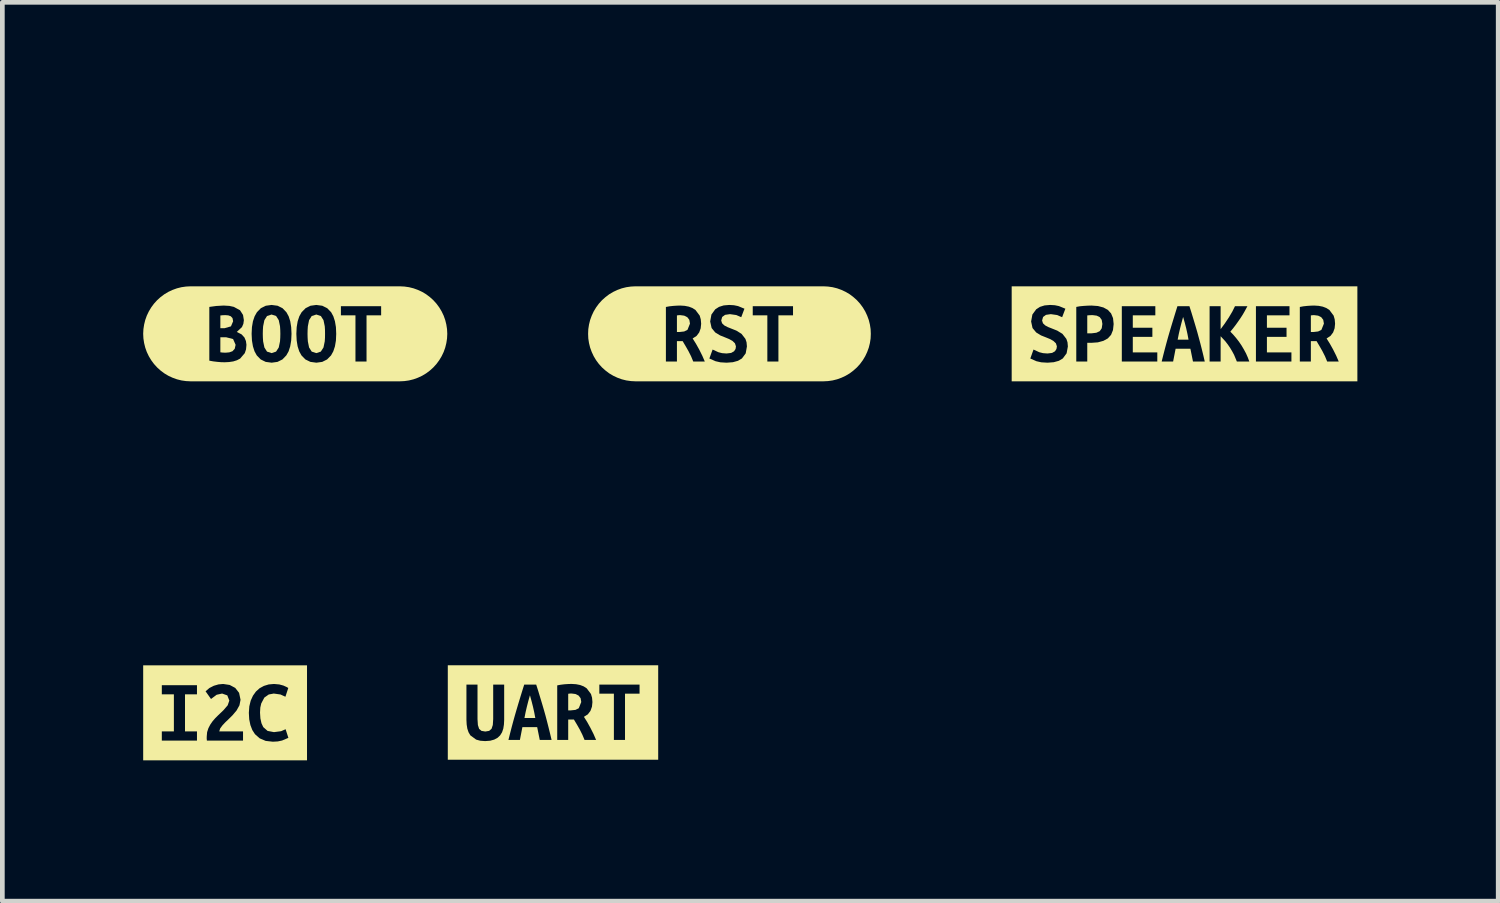
<source format=kicad_pcb>
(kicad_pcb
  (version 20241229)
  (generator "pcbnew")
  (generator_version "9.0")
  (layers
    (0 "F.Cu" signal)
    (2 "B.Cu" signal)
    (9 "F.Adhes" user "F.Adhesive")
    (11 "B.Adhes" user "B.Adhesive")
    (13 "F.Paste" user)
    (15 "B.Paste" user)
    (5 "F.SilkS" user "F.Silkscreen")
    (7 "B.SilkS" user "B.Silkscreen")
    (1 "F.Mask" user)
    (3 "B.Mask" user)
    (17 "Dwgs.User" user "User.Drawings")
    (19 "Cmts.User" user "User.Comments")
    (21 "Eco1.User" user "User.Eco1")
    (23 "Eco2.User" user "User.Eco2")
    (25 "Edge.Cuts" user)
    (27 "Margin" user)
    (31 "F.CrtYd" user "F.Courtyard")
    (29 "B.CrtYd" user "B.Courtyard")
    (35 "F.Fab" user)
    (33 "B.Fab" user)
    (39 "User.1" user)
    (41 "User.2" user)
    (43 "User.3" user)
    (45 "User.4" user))
  (footprint "kibuzzard-6456A845"
    (layer "F.Cu")
    (at 12.489 4.061)
    (property "Reference" "kibuzzard-6456A845" (at 0 -4.06 0) (layer "F.SilkS") (effects (font (size 0.001 0.001) (thickness 0.15))))
    (attr board_only exclude_from_pos_files exclude_from_bom)
    (fp_poly (pts (xy -0.841 -0.217) (xy -0.855 -0.298) (xy -0.898 -0.354) (xy -0.964 -0.387) (xy -1.049 -0.398) (xy -1.081 -0.397) (xy -1.119 -0.392) (xy -1.119 -0.038) (xy -1.068 -0.038) (xy -0.964 -0.05) (xy -0.894 -0.085) (xy -0.841 -0.217)) (stroke (width 0) (type solid)) (fill yes) (layer "F.SilkS"))
    (fp_poly (pts (xy -1.602 -1.012) (xy -1.999 -1.012) (xy -2.098 -1.007) (xy -2.197 -0.993) (xy -2.293 -0.969) (xy -2.387 -0.935) (xy -2.476 -0.893) (xy -2.562 -0.842) (xy -2.641 -0.782) (xy -2.715 -0.716) (xy -2.782 -0.642) (xy -2.841 -0.562) (xy -2.892 -0.477) (xy -2.934 -0.387) (xy -2.968 -0.294) (xy -2.992 -0.197) (xy -3.007 -0.099) (xy -3.011 0) (xy -3.007 0.099) (xy -2.992 0.197) (xy -2.968 0.294) (xy -2.934 0.387) (xy -2.892 0.477) (xy -2.841 0.562) (xy -2.782 0.642) (xy -2.715 0.716) (xy -2.641 0.782) (xy -2.562 0.842) (xy -2.476 0.893) (xy -2.387 0.935) (xy -2.293 0.969) (xy -2.197 0.993) (xy -2.098 1.007) (xy -1.999 1.012) (xy -1.602 1.012) (xy -0.525 1.012) (xy -0.525 0.591) (xy -0.771 0.591) (xy -0.818 0.478) (xy -0.872 0.371) (xy -0.933 0.264) (xy -0.997 0.156) (xy -1.119 0.156) (xy -1.119 0.591) (xy -1.354 0.591) (xy -1.354 -0.572) (xy -1.278 -0.586) (xy -1.195 -0.595) (xy -1.115 -0.6) (xy -1.049 -0.602) (xy -0.953 -0.596) (xy -0.866 -0.579) (xy -0.79 -0.55) (xy -0.725 -0.509) (xy -0.634 -0.388) (xy -0.611 -0.308) (xy -0.603 -0.215) (xy -0.613 -0.117) (xy -0.645 -0.029) (xy -0.701 0.045) (xy -0.784 0.099) (xy -0.715 0.209) (xy -0.645 0.334) (xy -0.579 0.466) (xy -0.525 0.591) (xy -0.525 1.012) (xy -0.062 1.012) (xy -0.062 0.615) (xy -0.194 0.607) (xy -0.296 0.584) (xy -0.428 0.526) (xy -0.359 0.335) (xy -0.236 0.392) (xy -0.157 0.412) (xy -0.062 0.419) (xy 0.036 0.407) (xy 0.098 0.372) (xy 0.13 0.323) (xy 0.138 0.267) (xy 0.117 0.202) (xy 0.064 0.151) (xy -0.009 0.111) (xy -0.089 0.078) (xy -0.199 0.034) (xy -0.303 -0.029) (xy -0.38 -0.123) (xy -0.411 -0.263) (xy -0.384 -0.411) (xy -0.303 -0.522) (xy -0.222 -0.574) (xy -0.123 -0.605) (xy -0.007 -0.615) (xy 0.095 -0.609) (xy 0.183 -0.591) (xy 0.319 -0.535) (xy 0.251 -0.354) (xy 0.145 -0.4) (xy 0.01 -0.419) (xy -0.093 -0.404) (xy -0.155 -0.359) (xy -0.176 -0.284) (xy -0.157 -0.224) (xy -0.109 -0.178) (xy -0.042 -0.143) (xy 0.031 -0.114) (xy 0.147 -0.068) (xy 0.257 0.001) (xy 0.34 0.108) (xy 0.364 0.18) (xy 0.372 0.269) (xy 0.346 0.416) (xy 0.265 0.525) (xy 0.181 0.575) (xy 0.072 0.605) (xy -0.062 0.615) (xy -0.062 1.012) (xy 1.043 1.012) (xy 1.043 0.591) (xy 0.807 0.591) (xy 0.807 -0.394) (xy 0.496 -0.394) (xy 0.496 -0.589) (xy 1.354 -0.589) (xy 1.354 -0.394) (xy 1.043 -0.394) (xy 1.043 0.591) (xy 1.043 1.012) (xy 1.602 1.012) (xy 1.999 1.012) (xy 2.098 1.007) (xy 2.197 0.993) (xy 2.293 0.969) (xy 2.387 0.935) (xy 2.476 0.893) (xy 2.562 0.842) (xy 2.641 0.782) (xy 2.715 0.716) (xy 2.782 0.642) (xy 2.841 0.562) (xy 2.892 0.477) (xy 2.934 0.387) (xy 2.968 0.294) (xy 2.992 0.197) (xy 3.007 0.099) (xy 3.011 0) (xy 3.007 -0.099) (xy 2.992 -0.197) (xy 2.968 -0.294) (xy 2.934 -0.387) (xy 2.892 -0.477) (xy 2.841 -0.562) (xy 2.782 -0.642) (xy 2.715 -0.716) (xy 2.641 -0.782) (xy 2.562 -0.842) (xy 2.476 -0.893) (xy 2.387 -0.935) (xy 2.293 -0.969) (xy 2.197 -0.993) (xy 2.098 -1.007) (xy 1.999 -1.012) (xy 1.602 -1.012) (xy -1.602 -1.012)) (stroke (width 0) (type solid)) (fill yes) (layer "F.SilkS")))
  (footprint "kibuzzard-6456C8A6"
    (layer "F.Cu")
    (at 22.183 4.061)
    (property "Reference" "kibuzzard-6456C8A6" (at 0 -4.06 0) (layer "F.SilkS") (effects (font (size 0.001 0.001) (thickness 0.15))))
    (attr board_only exclude_from_pos_files exclude_from_bom)
    (fp_poly (pts (xy -0.03 -0.36) (xy -0.065 -0.233) (xy -0.095 -0.115) (xy -0.122 0.002) (xy -0.146 0.124) (xy 0.085 0.124) (xy 0.062 0.002) (xy 0.036 -0.115) (xy 0.006 -0.233) (xy -0.03 -0.36)) (stroke (width 0) (type solid)) (fill yes) (layer "F.SilkS"))
    (fp_poly (pts (xy 2.969 -0.217) (xy 2.955 -0.298) (xy 2.912 -0.354) (xy 2.846 -0.387) (xy 2.761 -0.398) (xy 2.729 -0.397) (xy 2.691 -0.392) (xy 2.691 -0.038) (xy 2.742 -0.038) (xy 2.846 -0.05) (xy 2.916 -0.085) (xy 2.969 -0.217)) (stroke (width 0) (type solid)) (fill yes) (layer "F.SilkS"))
    (fp_poly (pts (xy -1.955 -0.398) (xy -2.014 -0.397) (xy -2.072 -0.392) (xy -2.072 -0.011) (xy -1.976 -0.011) (xy -1.878 -0.023) (xy -1.807 -0.056) (xy -1.764 -0.117) (xy -1.75 -0.21) (xy -1.764 -0.297) (xy -1.806 -0.355) (xy -1.871 -0.387) (xy -1.955 -0.398)) (stroke (width 0) (type solid)) (fill yes) (layer "F.SilkS"))
    (fp_poly (pts (xy -3.285 -1.012) (xy -3.682 -1.012) (xy -3.682 1.012) (xy -3.285 1.012) (xy -2.919 1.012) (xy -2.919 0.615) (xy -3.051 0.607) (xy -3.154 0.584) (xy -3.285 0.526) (xy -3.217 0.335) (xy -3.094 0.392) (xy -3.014 0.412) (xy -2.919 0.419) (xy -2.821 0.407) (xy -2.759 0.372) (xy -2.728 0.323) (xy -2.719 0.267) (xy -2.74 0.202) (xy -2.794 0.151) (xy -2.866 0.111) (xy -2.946 0.078) (xy -3.057 0.034) (xy -3.16 -0.029) (xy -3.238 -0.123) (xy -3.268 -0.263) (xy -3.241 -0.411) (xy -3.16 -0.522) (xy -3.08 -0.574) (xy -2.981 -0.605) (xy -2.864 -0.615) (xy -2.762 -0.609) (xy -2.675 -0.591) (xy -2.538 -0.535) (xy -2.607 -0.354) (xy -2.713 -0.4) (xy -2.847 -0.419) (xy -2.951 -0.404) (xy -3.013 -0.359) (xy -3.034 -0.284) (xy -3.015 -0.224) (xy -2.966 -0.178) (xy -2.899 -0.143) (xy -2.826 -0.114) (xy -2.711 -0.068) (xy -2.6 0.001) (xy -2.517 0.108) (xy -2.493 0.18) (xy -2.485 0.269) (xy -2.512 0.416) (xy -2.593 0.525) (xy -2.677 0.575) (xy -2.786 0.605) (xy -2.919 0.615) (xy -2.919 1.012) (xy -2.072 1.012) (xy -2.072 0.591) (xy -2.306 0.591) (xy -2.306 -0.573) (xy -2.229 -0.587) (xy -2.142 -0.595) (xy -2.056 -0.6) (xy -1.982 -0.602) (xy -1.844 -0.592) (xy -1.727 -0.561) (xy -1.634 -0.51) (xy -1.565 -0.435) (xy -1.523 -0.334) (xy -1.51 -0.208) (xy -1.524 -0.08) (xy -1.565 0.022) (xy -1.634 0.098) (xy -1.729 0.15) (xy -1.847 0.182) (xy -1.988 0.192) (xy -2.072 0.192) (xy -2.072 0.591) (xy -2.072 1.012) (xy -1.336 1.012) (xy -1.336 0.591) (xy -1.336 -0.589) (xy -0.622 -0.589) (xy -0.622 -0.394) (xy -1.102 -0.394) (xy -1.102 -0.13) (xy -0.685 -0.13) (xy -0.685 0.065) (xy -1.102 0.065) (xy -1.102 0.396) (xy -0.58 0.396) (xy -0.58 0.591) (xy -1.336 0.591) (xy -1.336 1.012) (xy 0.18 1.012) (xy 0.18 0.591) (xy 0.125 0.318) (xy -0.19 0.318) (xy -0.243 0.591) (xy -0.487 0.591) (xy -0.453 0.454) (xy -0.419 0.322) (xy -0.385 0.195) (xy -0.351 0.072) (xy -0.317 -0.045) (xy -0.275 -0.186) (xy -0.233 -0.324) (xy -0.192 -0.458) (xy -0.151 -0.589) (xy 0.104 -0.589) (xy 0.146 -0.457) (xy 0.187 -0.322) (xy 0.229 -0.182) (xy 0.271 -0.039) (xy 0.303 0.079) (xy 0.336 0.201) (xy 0.368 0.327) (xy 0.4 0.457) (xy 0.431 0.591) (xy 0.18 0.591) (xy 0.18 1.012) (xy 1.115 1.012) (xy 1.115 0.591) (xy 1.055 0.447) (xy 1.014 0.371) (xy 0.969 0.296) (xy 0.92 0.225) (xy 0.869 0.159) (xy 0.769 0.051) (xy 0.769 0.591) (xy 0.534 0.591) (xy 0.534 -0.589) (xy 0.769 -0.589) (xy 0.769 -0.099) (xy 0.856 -0.217) (xy 0.943 -0.347) (xy 1.018 -0.474) (xy 1.075 -0.589) (xy 1.34 -0.589) (xy 1.276 -0.471) (xy 1.237 -0.404) (xy 1.192 -0.334) (xy 1.142 -0.262) (xy 1.09 -0.189) (xy 1.034 -0.116) (xy 0.976 -0.046) (xy 1.036 0.016) (xy 1.096 0.086) (xy 1.156 0.163) (xy 1.212 0.245) (xy 1.263 0.331) (xy 1.31 0.418) (xy 1.349 0.506) (xy 1.38 0.591) (xy 1.115 0.591) (xy 1.115 1.012) (xy 1.521 1.012) (xy 1.521 0.591) (xy 1.521 -0.589) (xy 2.236 -0.589) (xy 2.236 -0.394) (xy 1.755 -0.394) (xy 1.755 -0.13) (xy 2.173 -0.13) (xy 2.173 0.065) (xy 1.755 0.065) (xy 1.755 0.396) (xy 2.277 0.396) (xy 2.277 0.591) (xy 1.521 0.591) (xy 1.521 1.012) (xy 3.285 1.012) (xy 3.285 0.591) (xy 3.039 0.591) (xy 2.992 0.478) (xy 2.938 0.371) (xy 2.877 0.264) (xy 2.813 0.156) (xy 2.691 0.156) (xy 2.691 0.591) (xy 2.456 0.591) (xy 2.456 -0.572) (xy 2.532 -0.586) (xy 2.615 -0.595) (xy 2.695 -0.6) (xy 2.761 -0.602) (xy 2.857 -0.596) (xy 2.944 -0.579) (xy 3.02 -0.55) (xy 3.085 -0.509) (xy 3.176 -0.388) (xy 3.199 -0.308) (xy 3.207 -0.215) (xy 3.197 -0.117) (xy 3.165 -0.029) (xy 3.109 0.045) (xy 3.026 0.099) (xy 3.095 0.209) (xy 3.165 0.334) (xy 3.231 0.466) (xy 3.285 0.591) (xy 3.285 1.012) (xy 3.682 1.012) (xy 3.682 -1.012) (xy 3.285 -1.012) (xy -3.285 -1.012)) (stroke (width 0) (type solid)) (fill yes) (layer "F.SilkS")))
  (footprint "kibuzzard-6456A84C"
    (layer "F.Cu")
    (at 3.239 4.061)
    (property "Reference" "kibuzzard-6456A84C" (at 0 -4.06 0) (layer "F.SilkS") (effects (font (size 0.001 0.001) (thickness 0.15))))
    (attr board_only exclude_from_pos_files exclude_from_bom)
    (fp_poly (pts (xy -1.595 0.074) (xy -1.595 0.394) (xy -1.541 0.4) (xy -1.483 0.402) (xy -1.405 0.395) (xy -1.337 0.371) (xy -1.289 0.319) (xy -1.27 0.234) (xy -1.324 0.111) (xy -1.47 0.074) (xy -1.595 0.074)) (stroke (width 0) (type solid)) (fill yes) (layer "F.SilkS"))
    (fp_poly (pts (xy -1.504 -0.12) (xy -1.369 -0.159) (xy -1.323 -0.267) (xy -1.336 -0.334) (xy -1.373 -0.374) (xy -1.426 -0.393) (xy -1.489 -0.398) (xy -1.544 -0.396) (xy -1.595 -0.391) (xy -1.595 -0.12) (xy -1.504 -0.12)) (stroke (width 0) (type solid)) (fill yes) (layer "F.SilkS"))
    (fp_poly (pts (xy -0.691 0) (xy -0.689 0.083) (xy -0.684 0.161) (xy -0.657 0.291) (xy -0.601 0.379) (xy -0.504 0.411) (xy -0.408 0.379) (xy -0.351 0.291) (xy -0.324 0.16) (xy -0.319 0.083) (xy -0.317 0) (xy -0.319 -0.083) (xy -0.324 -0.161) (xy -0.351 -0.291) (xy -0.407 -0.379) (xy -0.504 -0.411) (xy -0.601 -0.379) (xy -0.657 -0.291) (xy -0.684 -0.16) (xy -0.689 -0.083) (xy -0.691 0)) (stroke (width 0) (type solid)) (fill yes) (layer "F.SilkS"))
    (fp_poly (pts (xy 0.262 0) (xy 0.264 0.083) (xy 0.269 0.161) (xy 0.295 0.291) (xy 0.351 0.379) (xy 0.449 0.411) (xy 0.545 0.379) (xy 0.602 0.291) (xy 0.629 0.16) (xy 0.634 0.083) (xy 0.635 0) (xy 0.634 -0.083) (xy 0.629 -0.161) (xy 0.602 -0.291) (xy 0.546 -0.379) (xy 0.449 -0.411) (xy 0.351 -0.379) (xy 0.295 -0.291) (xy 0.269 -0.16) (xy 0.264 -0.083) (xy 0.262 0)) (stroke (width 0) (type solid)) (fill yes) (layer "F.SilkS"))
    (fp_poly (pts (xy -1.83 -1.012) (xy -2.227 -1.012) (xy -2.326 -1.007) (xy -2.424 -0.993) (xy -2.52 -0.969) (xy -2.614 -0.935) (xy -2.704 -0.893) (xy -2.789 -0.842) (xy -2.869 -0.782) (xy -2.942 -0.716) (xy -3.009 -0.642) (xy -3.068 -0.562) (xy -3.119 -0.477) (xy -3.162 -0.387) (xy -3.195 -0.294) (xy -3.219 -0.197) (xy -3.234 -0.099) (xy -3.239 0) (xy -3.234 0.099) (xy -3.219 0.197) (xy -3.195 0.294) (xy -3.162 0.387) (xy -3.119 0.477) (xy -3.068 0.562) (xy -3.009 0.642) (xy -2.942 0.716) (xy -2.869 0.782) (xy -2.789 0.842) (xy -2.704 0.893) (xy -2.614 0.935) (xy -2.52 0.969) (xy -2.424 0.993) (xy -2.326 1.007) (xy -2.227 1.012) (xy -1.83 1.012) (xy -1.502 1.012) (xy -1.502 0.606) (xy -1.582 0.604) (xy -1.664 0.597) (xy -1.747 0.587) (xy -1.83 0.572) (xy -1.83 -0.573) (xy -1.683 -0.593) (xy -1.525 -0.602) (xy -1.404 -0.595) (xy -1.308 -0.574) (xy -1.176 -0.502) (xy -1.112 -0.402) (xy -1.094 -0.291) (xy -1.105 -0.212) (xy -1.135 -0.143) (xy -1.245 -0.04) (xy -1.144 0.011) (xy -1.082 0.078) (xy -1.05 0.154) (xy -1.039 0.234) (xy -1.048 0.332) (xy -1.075 0.412) (xy -1.173 0.527) (xy -1.241 0.563) (xy -1.32 0.588) (xy -1.408 0.601) (xy -1.502 0.606) (xy -1.502 1.012) (xy -0.502 1.012) (xy -0.502 0.615) (xy -0.629 0.598) (xy -0.735 0.546) (xy -0.819 0.46) (xy -0.867 0.373) (xy -0.901 0.267) (xy -0.922 0.143) (xy -0.929 0) (xy -0.922 -0.143) (xy -0.901 -0.267) (xy -0.865 -0.373) (xy -0.816 -0.46) (xy -0.732 -0.546) (xy -0.627 -0.598) (xy -0.504 -0.615) (xy -0.376 -0.598) (xy -0.271 -0.546) (xy -0.188 -0.46) (xy -0.14 -0.373) (xy -0.106 -0.267) (xy -0.086 -0.143) (xy -0.079 0) (xy -0.086 0.143) (xy -0.107 0.267) (xy -0.141 0.373) (xy -0.19 0.46) (xy -0.273 0.546) (xy -0.378 0.598) (xy -0.502 0.615) (xy -0.502 1.012) (xy 0.451 1.012) (xy 0.451 0.615) (xy 0.323 0.598) (xy 0.217 0.546) (xy 0.133 0.46) (xy 0.085 0.373) (xy 0.051 0.267) (xy 0.031 0.143) (xy 0.024 0) (xy 0.031 -0.143) (xy 0.052 -0.267) (xy 0.087 -0.373) (xy 0.136 -0.46) (xy 0.221 -0.546) (xy 0.325 -0.598) (xy 0.449 -0.615) (xy 0.576 -0.598) (xy 0.681 -0.546) (xy 0.765 -0.46) (xy 0.812 -0.373) (xy 0.846 -0.267) (xy 0.867 -0.143) (xy 0.873 0) (xy 0.867 0.143) (xy 0.846 0.267) (xy 0.811 0.373) (xy 0.763 0.46) (xy 0.679 0.546) (xy 0.575 0.598) (xy 0.451 0.615) (xy 0.451 1.012) (xy 1.519 1.012) (xy 1.519 0.591) (xy 1.283 0.591) (xy 1.283 -0.394) (xy 0.973 -0.394) (xy 0.973 -0.589) (xy 1.83 -0.589) (xy 1.83 -0.394) (xy 1.519 -0.394) (xy 1.519 0.591) (xy 1.519 1.012) (xy 1.83 1.012) (xy 2.227 1.012) (xy 2.326 1.007) (xy 2.424 0.993) (xy 2.52 0.969) (xy 2.614 0.935) (xy 2.704 0.893) (xy 2.789 0.842) (xy 2.869 0.782) (xy 2.942 0.716) (xy 3.009 0.642) (xy 3.068 0.562) (xy 3.119 0.477) (xy 3.162 0.387) (xy 3.195 0.294) (xy 3.219 0.197) (xy 3.234 0.099) (xy 3.239 0) (xy 3.234 -0.099) (xy 3.219 -0.197) (xy 3.195 -0.294) (xy 3.162 -0.387) (xy 3.119 -0.477) (xy 3.068 -0.562) (xy 3.009 -0.642) (xy 2.942 -0.716) (xy 2.869 -0.782) (xy 2.789 -0.842) (xy 2.704 -0.893) (xy 2.614 -0.935) (xy 2.52 -0.969) (xy 2.424 -0.993) (xy 2.326 -1.007) (xy 2.227 -1.012) (xy 1.83 -1.012) (xy -1.83 -1.012)) (stroke (width 0) (type solid)) (fill yes) (layer "F.SilkS")))
  (footprint "kibuzzard-6457FC92"
    (layer "F.Cu")
    (at 8.73 12.128)
    (property "Reference" "kibuzzard-6457FC92" (at 0 -4.054 0) (layer "F.SilkS") (effects (font (size 0.001 0.001) (thickness 0.15))))
    (attr board_only exclude_from_pos_files exclude_from_bom)
    (fp_poly (pts (xy -0.491 -0.367) (xy -0.527 -0.24) (xy -0.557 -0.122) (xy -0.584 -0.005) (xy -0.608 0.117) (xy -0.377 0.117) (xy -0.4 -0.005) (xy -0.426 -0.122) (xy -0.456 -0.24) (xy -0.491 -0.367)) (stroke (width 0) (type solid)) (fill yes) (layer "F.SilkS"))
    (fp_poly (pts (xy 0.602 -0.224) (xy 0.588 -0.305) (xy 0.545 -0.361) (xy 0.479 -0.394) (xy 0.394 -0.405) (xy 0.362 -0.404) (xy 0.324 -0.399) (xy 0.324 -0.045) (xy 0.375 -0.045) (xy 0.479 -0.056) (xy 0.549 -0.091) (xy 0.602 -0.224)) (stroke (width 0) (type solid)) (fill yes) (layer "F.SilkS"))
    (fp_poly (pts (xy -1.844 -1.006) (xy -2.241 -1.006) (xy -2.241 1.006) (xy -1.844 1.006) (xy -1.446 1.006) (xy -1.446 0.609) (xy -1.551 0.601) (xy -1.637 0.577) (xy -1.76 0.487) (xy -1.799 0.421) (xy -1.825 0.344) (xy -1.839 0.255) (xy -1.844 0.157) (xy -1.844 -0.595) (xy -1.608 -0.595) (xy -1.608 0.142) (xy -1.6 0.267) (xy -1.574 0.348) (xy -1.524 0.391) (xy -1.442 0.405) (xy -1.36 0.391) (xy -1.309 0.347) (xy -1.282 0.265) (xy -1.274 0.14) (xy -1.274 -0.595) (xy -1.04 -0.595) (xy -1.04 0.157) (xy -1.045 0.255) (xy -1.059 0.344) (xy -1.085 0.421) (xy -1.126 0.487) (xy -1.181 0.539) (xy -1.252 0.577) (xy -1.339 0.601) (xy -1.446 0.609) (xy -1.446 1.006) (xy -0.282 1.006) (xy -0.282 0.584) (xy -0.337 0.311) (xy -0.652 0.311) (xy -0.705 0.584) (xy -0.949 0.584) (xy -0.915 0.447) (xy -0.881 0.315) (xy -0.847 0.188) (xy -0.813 0.066) (xy -0.779 -0.051) (xy -0.737 -0.193) (xy -0.695 -0.331) (xy -0.654 -0.465) (xy -0.613 -0.595) (xy -0.358 -0.595) (xy -0.316 -0.464) (xy -0.275 -0.328) (xy -0.233 -0.189) (xy -0.191 -0.046) (xy -0.158 0.072) (xy -0.126 0.194) (xy -0.094 0.32) (xy -0.062 0.45) (xy -0.03 0.584) (xy -0.282 0.584) (xy -0.282 1.006) (xy 0.918 1.006) (xy 0.918 0.584) (xy 0.672 0.584) (xy 0.625 0.472) (xy 0.571 0.364) (xy 0.51 0.257) (xy 0.446 0.15) (xy 0.324 0.15) (xy 0.324 0.584) (xy 0.09 0.584) (xy 0.09 -0.578) (xy 0.165 -0.592) (xy 0.248 -0.602) (xy 0.328 -0.607) (xy 0.394 -0.609) (xy 0.491 -0.603) (xy 0.577 -0.586) (xy 0.653 -0.557) (xy 0.718 -0.515) (xy 0.809 -0.394) (xy 0.832 -0.315) (xy 0.84 -0.222) (xy 0.83 -0.124) (xy 0.798 -0.035) (xy 0.742 0.039) (xy 0.659 0.092) (xy 0.728 0.202) (xy 0.798 0.328) (xy 0.864 0.459) (xy 0.918 0.584) (xy 0.918 1.006) (xy 1.534 1.006) (xy 1.534 0.584) (xy 1.297 0.584) (xy 1.297 -0.401) (xy 0.987 -0.401) (xy 0.987 -0.595) (xy 1.844 -0.595) (xy 1.844 -0.401) (xy 1.534 -0.401) (xy 1.534 0.584) (xy 1.534 1.006) (xy 1.844 1.006) (xy 2.241 1.006) (xy 2.241 -1.006) (xy 1.844 -1.006) (xy -1.844 -1.006)) (stroke (width 0) (type solid)) (fill yes) (layer "F.SilkS")))
  (footprint "kibuzzard-6457FC89"
    (layer "F.Cu")
    (at 1.745 12.135)
    (property "Reference" "kibuzzard-6457FC89" (at 0 -4.06 0) (layer "F.SilkS") (effects (font (size 0.001 0.001) (thickness 0.15))))
    (attr board_only exclude_from_pos_files exclude_from_bom)
    (fp_poly (pts (xy -1.348 -1.012) (xy -1.745 -1.012) (xy -1.745 1.012) (xy -1.348 1.012) (xy -1.348 0.591) (xy -1.348 0.396) (xy -1.091 0.396) (xy -1.091 -0.394) (xy -1.348 -0.394) (xy -1.348 -0.589) (xy -0.599 -0.589) (xy -0.599 -0.394) (xy -0.854 -0.394) (xy -0.854 0.396) (xy -0.599 0.396) (xy -0.599 0.591) (xy -1.348 0.591) (xy -1.348 1.012) (xy 0.382 1.012) (xy 0.382 0.591) (xy -0.388 0.591) (xy -0.392 0.543) (xy -0.391 0.503) (xy -0.383 0.411) (xy -0.356 0.328) (xy -0.316 0.251) (xy -0.267 0.18) (xy -0.211 0.115) (xy -0.15 0.054) (xy -0.09 -0.003) (xy -0.034 -0.057) (xy 0.055 -0.16) (xy 0.09 -0.261) (xy 0.047 -0.372) (xy -0.064 -0.411) (xy -0.18 -0.385) (xy -0.3 -0.295) (xy -0.416 -0.459) (xy -0.334 -0.529) (xy -0.24 -0.577) (xy -0.14 -0.606) (xy -0.041 -0.615) (xy 0.098 -0.594) (xy 0.216 -0.531) (xy 0.298 -0.426) (xy 0.329 -0.278) (xy 0.306 -0.161) (xy 0.245 -0.051) (xy 0.159 0.051) (xy 0.062 0.147) (xy 0.005 0.201) (xy -0.056 0.266) (xy -0.105 0.333) (xy -0.125 0.396) (xy 0.382 0.396) (xy 0.382 0.591) (xy 0.382 1.012) (xy 1.018 1.012) (xy 1.018 0.615) (xy 0.865 0.598) (xy 0.738 0.544) (xy 0.637 0.455) (xy 0.58 0.367) (xy 0.539 0.261) (xy 0.514 0.139) (xy 0.506 0) (xy 0.516 -0.139) (xy 0.546 -0.261) (xy 0.594 -0.366) (xy 0.657 -0.454) (xy 0.735 -0.524) (xy 0.827 -0.574) (xy 0.929 -0.605) (xy 1.041 -0.615) (xy 1.154 -0.605) (xy 1.243 -0.581) (xy 1.307 -0.552) (xy 1.346 -0.53) (xy 1.285 -0.343) (xy 1.179 -0.391) (xy 1.037 -0.411) (xy 0.93 -0.391) (xy 0.836 -0.325) (xy 0.77 -0.2) (xy 0.75 -0.112) (xy 0.744 -0.006) (xy 0.752 0.118) (xy 0.775 0.222) (xy 0.813 0.304) (xy 0.905 0.385) (xy 1.041 0.411) (xy 1.193 0.391) (xy 1.289 0.349) (xy 1.348 0.533) (xy 1.213 0.59) (xy 1.122 0.609) (xy 1.018 0.615) (xy 1.018 1.012) (xy 1.348 1.012) (xy 1.745 1.012) (xy 1.745 -1.012) (xy 1.348 -1.012) (xy -1.348 -1.012)) (stroke (width 0) (type solid)) (fill yes) (layer "F.SilkS")))
  (gr_rect
    (start -3 -3)
    (end 28.865 16.147)
    (stroke (width 0.1) (type default))
    (fill no)
    (layer "Edge.Cuts")))
</source>
